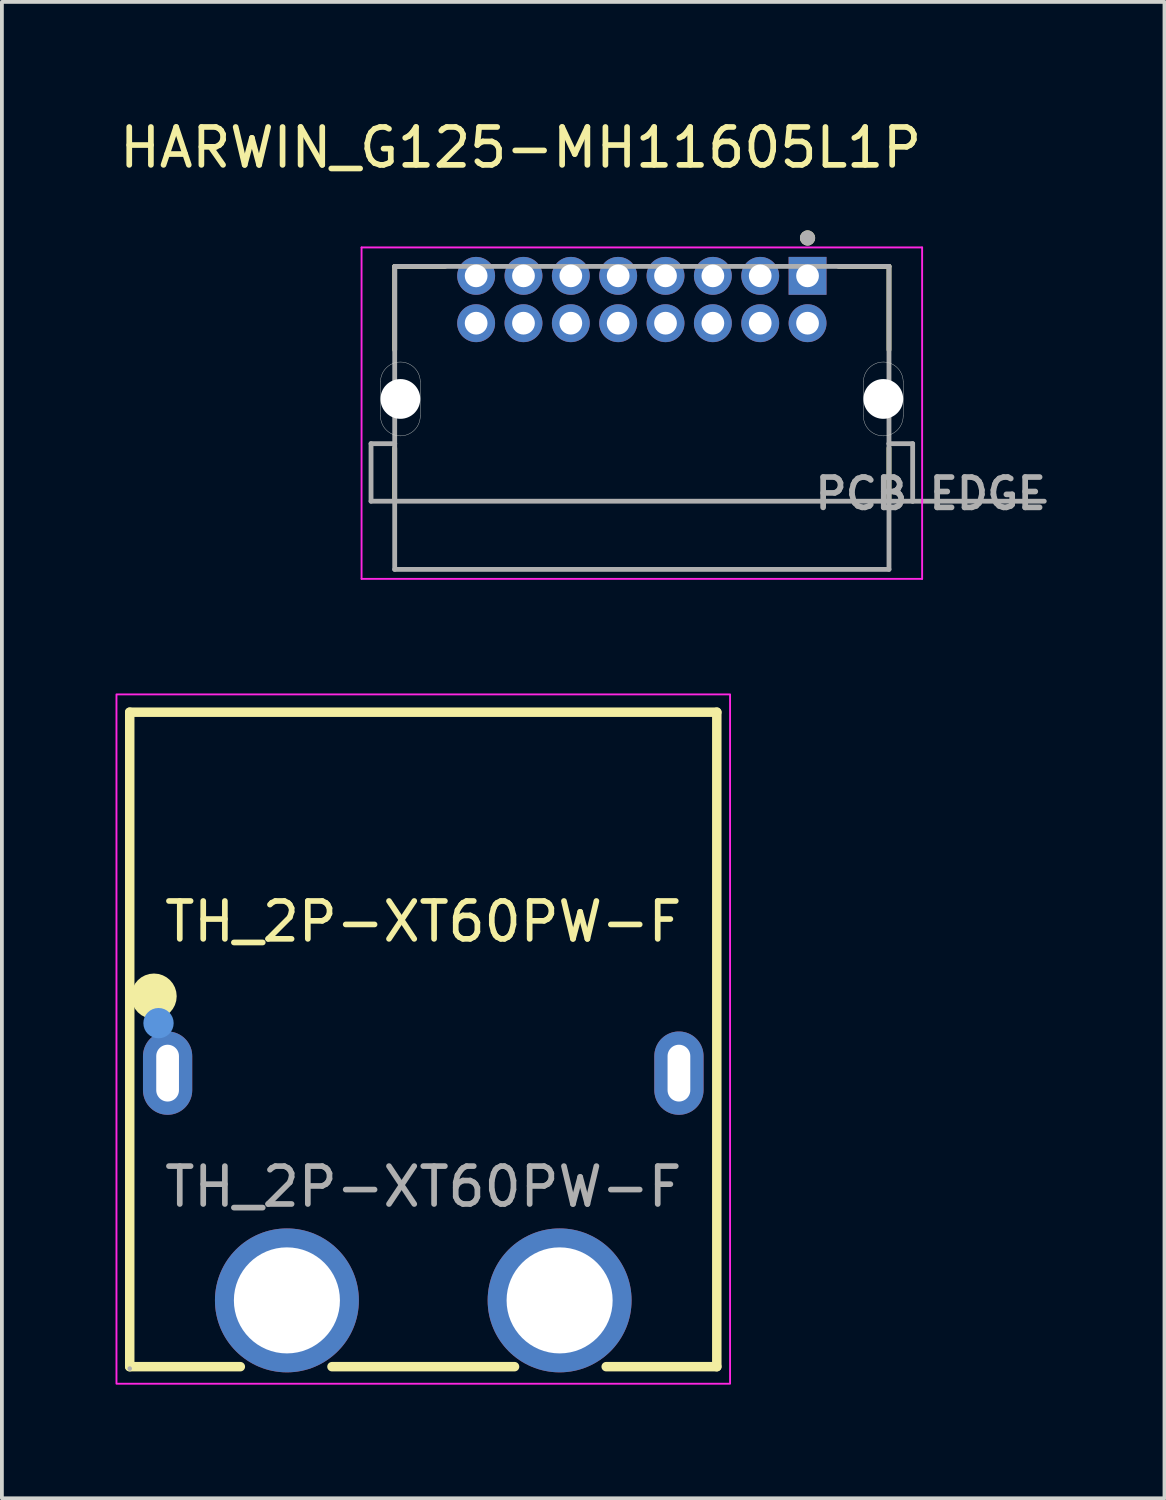
<source format=kicad_pcb>
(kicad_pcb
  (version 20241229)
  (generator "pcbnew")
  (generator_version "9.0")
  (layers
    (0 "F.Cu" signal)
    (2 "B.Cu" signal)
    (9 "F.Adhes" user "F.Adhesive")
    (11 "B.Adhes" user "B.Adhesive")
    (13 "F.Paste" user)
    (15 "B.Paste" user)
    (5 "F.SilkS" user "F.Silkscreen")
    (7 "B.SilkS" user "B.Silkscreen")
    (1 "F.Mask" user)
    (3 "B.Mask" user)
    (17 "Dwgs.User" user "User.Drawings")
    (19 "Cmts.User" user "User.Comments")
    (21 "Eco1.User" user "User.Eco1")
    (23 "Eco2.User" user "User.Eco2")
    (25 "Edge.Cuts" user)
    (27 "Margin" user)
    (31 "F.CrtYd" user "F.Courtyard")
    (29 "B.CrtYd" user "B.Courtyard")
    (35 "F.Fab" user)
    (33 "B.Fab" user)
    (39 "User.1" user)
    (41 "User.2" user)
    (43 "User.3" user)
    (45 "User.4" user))
  (footprint "HARWIN_G125-MH11605L1P"
    (layer "F.Cu")
    (at 13.896 7.483)
    (property "Reference" "HARWIN_G125-MH11605L1P" (at -3.2 -6.635 0) (layer "F.SilkS") (effects (font (size 1 1) (thickness 0.15))))
    (attr through_hole)
    (fp_poly (pts (xy -7 -0.45) (xy -7 0.45) (xy -6.999 0.483) (xy -6.997 0.515) (xy -6.992 0.548) (xy -6.986 0.58) (xy -6.979 0.612) (xy -6.969 0.643) (xy -6.958 0.674) (xy -6.946 0.704) (xy -6.932 0.734) (xy -6.916 0.762) (xy -6.899 0.79) (xy -6.881 0.817) (xy -6.861 0.843) (xy -6.839 0.868) (xy -6.817 0.892) (xy -6.793 0.914) (xy -6.768 0.936) (xy -6.742 0.956) (xy -6.715 0.974) (xy -6.688 0.991) (xy -6.659 1.007) (xy -6.629 1.021) (xy -6.599 1.033) (xy -6.568 1.044) (xy -6.537 1.054) (xy -6.505 1.061) (xy -6.473 1.067) (xy -6.44 1.072) (xy -6.408 1.074) (xy -6.375 1.075) (xy -6.342 1.074) (xy -6.31 1.072) (xy -6.277 1.067) (xy -6.245 1.061) (xy -6.213 1.054) (xy -6.182 1.044) (xy -6.151 1.033) (xy -6.121 1.021) (xy -6.091 1.007) (xy -6.063 0.991) (xy -6.035 0.974) (xy -6.008 0.956) (xy -5.982 0.936) (xy -5.957 0.914) (xy -5.933 0.892) (xy -5.911 0.868) (xy -5.889 0.843) (xy -5.869 0.817) (xy -5.851 0.79) (xy -5.834 0.762) (xy -5.818 0.734) (xy -5.804 0.704) (xy -5.792 0.674) (xy -5.781 0.643) (xy -5.771 0.612) (xy -5.764 0.58) (xy -5.758 0.548) (xy -5.753 0.515) (xy -5.751 0.483) (xy -5.75 0.45) (xy -5.75 -0.45) (xy -5.751 -0.483) (xy -5.753 -0.515) (xy -5.758 -0.548) (xy -5.764 -0.58) (xy -5.771 -0.612) (xy -5.781 -0.643) (xy -5.792 -0.674) (xy -5.804 -0.704) (xy -5.818 -0.734) (xy -5.834 -0.762) (xy -5.851 -0.79) (xy -5.869 -0.817) (xy -5.889 -0.843) (xy -5.911 -0.868) (xy -5.933 -0.892) (xy -5.957 -0.914) (xy -5.982 -0.936) (xy -6.008 -0.956) (xy -6.035 -0.974) (xy -6.063 -0.991) (xy -6.091 -1.007) (xy -6.121 -1.021) (xy -6.151 -1.033) (xy -6.182 -1.044) (xy -6.213 -1.054) (xy -6.245 -1.061) (xy -6.277 -1.067) (xy -6.31 -1.072) (xy -6.342 -1.074) (xy -6.375 -1.075) (xy -6.408 -1.074) (xy -6.44 -1.072) (xy -6.473 -1.067) (xy -6.505 -1.061) (xy -6.537 -1.054) (xy -6.568 -1.044) (xy -6.599 -1.033) (xy -6.629 -1.021) (xy -6.659 -1.007) (xy -6.688 -0.991) (xy -6.715 -0.974) (xy -6.742 -0.956) (xy -6.768 -0.936) (xy -6.793 -0.914) (xy -6.817 -0.892) (xy -6.839 -0.868) (xy -6.861 -0.843) (xy -6.881 -0.817) (xy -6.899 -0.79) (xy -6.916 -0.762) (xy -6.932 -0.734) (xy -6.946 -0.704) (xy -6.958 -0.674) (xy -6.969 -0.643) (xy -6.979 -0.612) (xy -6.986 -0.58) (xy -6.992 -0.548) (xy -6.997 -0.515) (xy -6.999 -0.483) (xy -7 -0.45)) (stroke (width 0.01) (type solid)) (fill yes) (layer "F.Mask"))
    (fp_poly (pts (xy 7 0.45) (xy 7 -0.45) (xy 6.999 -0.483) (xy 6.997 -0.515) (xy 6.992 -0.548) (xy 6.986 -0.58) (xy 6.979 -0.612) (xy 6.969 -0.643) (xy 6.958 -0.674) (xy 6.946 -0.704) (xy 6.932 -0.734) (xy 6.916 -0.762) (xy 6.899 -0.79) (xy 6.881 -0.817) (xy 6.861 -0.843) (xy 6.839 -0.868) (xy 6.817 -0.892) (xy 6.793 -0.914) (xy 6.768 -0.936) (xy 6.742 -0.956) (xy 6.715 -0.974) (xy 6.688 -0.991) (xy 6.659 -1.007) (xy 6.629 -1.021) (xy 6.599 -1.033) (xy 6.568 -1.044) (xy 6.537 -1.054) (xy 6.505 -1.061) (xy 6.473 -1.067) (xy 6.44 -1.072) (xy 6.408 -1.074) (xy 6.375 -1.075) (xy 6.342 -1.074) (xy 6.31 -1.072) (xy 6.277 -1.067) (xy 6.245 -1.061) (xy 6.213 -1.054) (xy 6.182 -1.044) (xy 6.151 -1.033) (xy 6.121 -1.021) (xy 6.091 -1.007) (xy 6.063 -0.991) (xy 6.035 -0.974) (xy 6.008 -0.956) (xy 5.982 -0.936) (xy 5.957 -0.914) (xy 5.933 -0.892) (xy 5.911 -0.868) (xy 5.889 -0.843) (xy 5.869 -0.817) (xy 5.851 -0.79) (xy 5.834 -0.762) (xy 5.818 -0.734) (xy 5.804 -0.704) (xy 5.792 -0.674) (xy 5.781 -0.643) (xy 5.771 -0.612) (xy 5.764 -0.58) (xy 5.758 -0.548) (xy 5.753 -0.515) (xy 5.751 -0.483) (xy 5.75 -0.45) (xy 5.75 0.45) (xy 5.751 0.483) (xy 5.753 0.515) (xy 5.758 0.548) (xy 5.764 0.58) (xy 5.771 0.612) (xy 5.781 0.643) (xy 5.792 0.674) (xy 5.804 0.704) (xy 5.818 0.734) (xy 5.834 0.762) (xy 5.851 0.79) (xy 5.869 0.817) (xy 5.889 0.843) (xy 5.911 0.868) (xy 5.933 0.892) (xy 5.957 0.914) (xy 5.982 0.936) (xy 6.008 0.956) (xy 6.035 0.974) (xy 6.063 0.991) (xy 6.091 1.007) (xy 6.121 1.021) (xy 6.151 1.033) (xy 6.182 1.044) (xy 6.213 1.054) (xy 6.245 1.061) (xy 6.277 1.067) (xy 6.31 1.072) (xy 6.342 1.074) (xy 6.375 1.075) (xy 6.408 1.074) (xy 6.44 1.072) (xy 6.473 1.067) (xy 6.505 1.061) (xy 6.537 1.054) (xy 6.568 1.044) (xy 6.599 1.033) (xy 6.629 1.021) (xy 6.659 1.007) (xy 6.688 0.991) (xy 6.715 0.974) (xy 6.742 0.956) (xy 6.768 0.936) (xy 6.793 0.914) (xy 6.817 0.892) (xy 6.839 0.868) (xy 6.861 0.843) (xy 6.881 0.817) (xy 6.899 0.79) (xy 6.916 0.762) (xy 6.932 0.734) (xy 6.946 0.704) (xy 6.958 0.674) (xy 6.969 0.643) (xy 6.979 0.612) (xy 6.986 0.58) (xy 6.992 0.548) (xy 6.997 0.515) (xy 6.999 0.483) (xy 7 0.45)) (stroke (width 0.01) (type solid)) (fill yes) (layer "F.Mask"))
    (fp_poly (pts (xy -7 -0.45) (xy -7 0.45) (xy -6.999 0.483) (xy -6.997 0.515) (xy -6.992 0.548) (xy -6.986 0.58) (xy -6.979 0.612) (xy -6.969 0.643) (xy -6.958 0.674) (xy -6.946 0.704) (xy -6.932 0.734) (xy -6.916 0.762) (xy -6.899 0.79) (xy -6.881 0.817) (xy -6.861 0.843) (xy -6.839 0.868) (xy -6.817 0.892) (xy -6.793 0.914) (xy -6.768 0.936) (xy -6.742 0.956) (xy -6.715 0.974) (xy -6.688 0.991) (xy -6.659 1.007) (xy -6.629 1.021) (xy -6.599 1.033) (xy -6.568 1.044) (xy -6.537 1.054) (xy -6.505 1.061) (xy -6.473 1.067) (xy -6.44 1.072) (xy -6.408 1.074) (xy -6.375 1.075) (xy -6.342 1.074) (xy -6.31 1.072) (xy -6.277 1.067) (xy -6.245 1.061) (xy -6.213 1.054) (xy -6.182 1.044) (xy -6.151 1.033) (xy -6.121 1.021) (xy -6.091 1.007) (xy -6.063 0.991) (xy -6.035 0.974) (xy -6.008 0.956) (xy -5.982 0.936) (xy -5.957 0.914) (xy -5.933 0.892) (xy -5.911 0.868) (xy -5.889 0.843) (xy -5.869 0.817) (xy -5.851 0.79) (xy -5.834 0.762) (xy -5.818 0.734) (xy -5.804 0.704) (xy -5.792 0.674) (xy -5.781 0.643) (xy -5.771 0.612) (xy -5.764 0.58) (xy -5.758 0.548) (xy -5.753 0.515) (xy -5.751 0.483) (xy -5.75 0.45) (xy -5.75 -0.45) (xy -5.751 -0.483) (xy -5.753 -0.515) (xy -5.758 -0.548) (xy -5.764 -0.58) (xy -5.771 -0.612) (xy -5.781 -0.643) (xy -5.792 -0.674) (xy -5.804 -0.704) (xy -5.818 -0.734) (xy -5.834 -0.762) (xy -5.851 -0.79) (xy -5.869 -0.817) (xy -5.889 -0.843) (xy -5.911 -0.868) (xy -5.933 -0.892) (xy -5.957 -0.914) (xy -5.982 -0.936) (xy -6.008 -0.956) (xy -6.035 -0.974) (xy -6.063 -0.991) (xy -6.091 -1.007) (xy -6.121 -1.021) (xy -6.151 -1.033) (xy -6.182 -1.044) (xy -6.213 -1.054) (xy -6.245 -1.061) (xy -6.277 -1.067) (xy -6.31 -1.072) (xy -6.342 -1.074) (xy -6.375 -1.075) (xy -6.408 -1.074) (xy -6.44 -1.072) (xy -6.473 -1.067) (xy -6.505 -1.061) (xy -6.537 -1.054) (xy -6.568 -1.044) (xy -6.599 -1.033) (xy -6.629 -1.021) (xy -6.659 -1.007) (xy -6.688 -0.991) (xy -6.715 -0.974) (xy -6.742 -0.956) (xy -6.768 -0.936) (xy -6.793 -0.914) (xy -6.817 -0.892) (xy -6.839 -0.868) (xy -6.861 -0.843) (xy -6.881 -0.817) (xy -6.899 -0.79) (xy -6.916 -0.762) (xy -6.932 -0.734) (xy -6.946 -0.704) (xy -6.958 -0.674) (xy -6.969 -0.643) (xy -6.979 -0.612) (xy -6.986 -0.58) (xy -6.992 -0.548) (xy -6.997 -0.515) (xy -6.999 -0.483) (xy -7 -0.45)) (stroke (width 0.01) (type solid)) (fill yes) (layer "B.Mask"))
    (fp_poly (pts (xy 7 0.45) (xy 7 -0.45) (xy 6.999 -0.483) (xy 6.997 -0.515) (xy 6.992 -0.548) (xy 6.986 -0.58) (xy 6.979 -0.612) (xy 6.969 -0.643) (xy 6.958 -0.674) (xy 6.946 -0.704) (xy 6.932 -0.734) (xy 6.916 -0.762) (xy 6.899 -0.79) (xy 6.881 -0.817) (xy 6.861 -0.843) (xy 6.839 -0.868) (xy 6.817 -0.892) (xy 6.793 -0.914) (xy 6.768 -0.936) (xy 6.742 -0.956) (xy 6.715 -0.974) (xy 6.688 -0.991) (xy 6.659 -1.007) (xy 6.629 -1.021) (xy 6.599 -1.033) (xy 6.568 -1.044) (xy 6.537 -1.054) (xy 6.505 -1.061) (xy 6.473 -1.067) (xy 6.44 -1.072) (xy 6.408 -1.074) (xy 6.375 -1.075) (xy 6.342 -1.074) (xy 6.31 -1.072) (xy 6.277 -1.067) (xy 6.245 -1.061) (xy 6.213 -1.054) (xy 6.182 -1.044) (xy 6.151 -1.033) (xy 6.121 -1.021) (xy 6.091 -1.007) (xy 6.063 -0.991) (xy 6.035 -0.974) (xy 6.008 -0.956) (xy 5.982 -0.936) (xy 5.957 -0.914) (xy 5.933 -0.892) (xy 5.911 -0.868) (xy 5.889 -0.843) (xy 5.869 -0.817) (xy 5.851 -0.79) (xy 5.834 -0.762) (xy 5.818 -0.734) (xy 5.804 -0.704) (xy 5.792 -0.674) (xy 5.781 -0.643) (xy 5.771 -0.612) (xy 5.764 -0.58) (xy 5.758 -0.548) (xy 5.753 -0.515) (xy 5.751 -0.483) (xy 5.75 -0.45) (xy 5.75 0.45) (xy 5.751 0.483) (xy 5.753 0.515) (xy 5.758 0.548) (xy 5.764 0.58) (xy 5.771 0.612) (xy 5.781 0.643) (xy 5.792 0.674) (xy 5.804 0.704) (xy 5.818 0.734) (xy 5.834 0.762) (xy 5.851 0.79) (xy 5.869 0.817) (xy 5.889 0.843) (xy 5.911 0.868) (xy 5.933 0.892) (xy 5.957 0.914) (xy 5.982 0.936) (xy 6.008 0.956) (xy 6.035 0.974) (xy 6.063 0.991) (xy 6.091 1.007) (xy 6.121 1.021) (xy 6.151 1.033) (xy 6.182 1.044) (xy 6.213 1.054) (xy 6.245 1.061) (xy 6.277 1.067) (xy 6.31 1.072) (xy 6.342 1.074) (xy 6.375 1.075) (xy 6.408 1.074) (xy 6.44 1.072) (xy 6.473 1.067) (xy 6.505 1.061) (xy 6.537 1.054) (xy 6.568 1.044) (xy 6.599 1.033) (xy 6.629 1.021) (xy 6.659 1.007) (xy 6.688 0.991) (xy 6.715 0.974) (xy 6.742 0.956) (xy 6.768 0.936) (xy 6.793 0.914) (xy 6.817 0.892) (xy 6.839 0.868) (xy 6.861 0.843) (xy 6.881 0.817) (xy 6.899 0.79) (xy 6.916 0.762) (xy 6.932 0.734) (xy 6.946 0.704) (xy 6.958 0.674) (xy 6.969 0.643) (xy 6.979 0.612) (xy 6.986 0.58) (xy 6.992 0.548) (xy 6.997 0.515) (xy 6.999 0.483) (xy 7 0.45)) (stroke (width 0.01) (type solid)) (fill yes) (layer "B.Mask"))
    (fp_line (start -6.525 -3.5) (end -6.525 -1.295) (stroke (width 0.127) (type solid)) (layer "F.SilkS"))
    (fp_line (start -6.525 -3.5) (end -5.195 -3.5) (stroke (width 0.127) (type solid)) (layer "F.SilkS"))
    (fp_line (start -6.525 1.295) (end -6.525 2.7) (stroke (width 0.127) (type solid)) (layer "F.SilkS"))
    (fp_line (start 6.525 -3.5) (end 5.195 -3.5) (stroke (width 0.127) (type solid)) (layer "F.SilkS"))
    (fp_line (start 6.525 -3.5) (end 6.525 -1.295) (stroke (width 0.127) (type solid)) (layer "F.SilkS"))
    (fp_line (start 6.525 1.295) (end 6.525 2.7) (stroke (width 0.127) (type solid)) (layer "F.SilkS"))
    (fp_circle (center 4.375 -4.25) (end 4.475 -4.25) (stroke (width 0.2) (type solid)) (fill no) (layer "F.SilkS"))
    (fp_line (start -6.9 -0.45) (end -6.9 0.45) (stroke (width 0.01) (type solid)) (layer "Edge.Cuts"))
    (fp_line (start -5.85 0.45) (end -5.85 -0.45) (stroke (width 0.01) (type solid)) (layer "Edge.Cuts"))
    (fp_line (start 5.85 -0.45) (end 5.85 0.45) (stroke (width 0.01) (type solid)) (layer "Edge.Cuts"))
    (fp_line (start 6.9 0.45) (end 6.9 -0.45) (stroke (width 0.01) (type solid)) (layer "Edge.Cuts"))
    (fp_arc (start -6.9 -0.45) (mid -6.746231 -0.821231) (end -6.375 -0.975) (stroke (width 0.01) (type solid)) (layer "Edge.Cuts"))
    (fp_arc (start -6.375 -0.975) (mid -6.003769 -0.821231) (end -5.85 -0.45) (stroke (width 0.01) (type solid)) (layer "Edge.Cuts"))
    (fp_arc (start -6.375 0.975) (mid -6.746231 0.821231) (end -6.9 0.45) (stroke (width 0.01) (type solid)) (layer "Edge.Cuts"))
    (fp_arc (start -5.85 0.45) (mid -6.003769 0.821231) (end -6.375 0.975) (stroke (width 0.01) (type solid)) (layer "Edge.Cuts"))
    (fp_arc (start 5.85 -0.45) (mid 6.003769 -0.821231) (end 6.375 -0.975) (stroke (width 0.01) (type solid)) (layer "Edge.Cuts"))
    (fp_arc (start 6.375 -0.975) (mid 6.746231 -0.821231) (end 6.9 -0.45) (stroke (width 0.01) (type solid)) (layer "Edge.Cuts"))
    (fp_arc (start 6.375 0.975) (mid 6.003769 0.821231) (end 5.85 0.45) (stroke (width 0.01) (type solid)) (layer "Edge.Cuts"))
    (fp_arc (start 6.9 0.45) (mid 6.746231 0.821231) (end 6.375 0.975) (stroke (width 0.01) (type solid)) (layer "Edge.Cuts"))
    (fp_line (start -7.4 -4) (end 7.4 -4) (stroke (width 0.05) (type solid)) (layer "F.CrtYd"))
    (fp_line (start -7.4 4.75) (end -7.4 -4) (stroke (width 0.05) (type solid)) (layer "F.CrtYd"))
    (fp_line (start 7.4 -4) (end 7.4 4.75) (stroke (width 0.05) (type solid)) (layer "F.CrtYd"))
    (fp_line (start 7.4 4.75) (end -7.4 4.75) (stroke (width 0.05) (type solid)) (layer "F.CrtYd"))
    (fp_line (start -7.15 1.18) (end -7.15 2.7) (stroke (width 0.127) (type solid)) (layer "F.Fab"))
    (fp_line (start -7.15 1.18) (end -6.525 1.18) (stroke (width 0.127) (type solid)) (layer "F.Fab"))
    (fp_line (start -7.15 2.7) (end -6.525 2.7) (stroke (width 0.127) (type solid)) (layer "F.Fab"))
    (fp_line (start -6.525 -3.5) (end -6.525 1.18) (stroke (width 0.127) (type solid)) (layer "F.Fab"))
    (fp_line (start -6.525 -3.5) (end 6.525 -3.5) (stroke (width 0.127) (type solid)) (layer "F.Fab"))
    (fp_line (start -6.525 1.18) (end -6.525 2.7) (stroke (width 0.127) (type solid)) (layer "F.Fab"))
    (fp_line (start -6.525 2.7) (end -6.525 4.5) (stroke (width 0.127) (type solid)) (layer "F.Fab"))
    (fp_line (start -6.525 2.7) (end 6.525 2.7) (stroke (width 0.127) (type solid)) (layer "F.Fab"))
    (fp_line (start -6.525 4.5) (end 6.525 4.5) (stroke (width 0.127) (type solid)) (layer "F.Fab"))
    (fp_line (start 6.525 -3.5) (end 6.525 1.18) (stroke (width 0.127) (type solid)) (layer "F.Fab"))
    (fp_line (start 6.525 1.18) (end 6.525 2.7) (stroke (width 0.127) (type solid)) (layer "F.Fab"))
    (fp_line (start 6.525 1.18) (end 7.15 1.18) (stroke (width 0.127) (type solid)) (layer "F.Fab"))
    (fp_line (start 6.525 2.7) (end 6.525 4.5) (stroke (width 0.127) (type solid)) (layer "F.Fab"))
    (fp_line (start 6.525 2.7) (end 7.15 2.7) (stroke (width 0.127) (type solid)) (layer "F.Fab"))
    (fp_line (start 7.15 1.18) (end 7.15 2.7) (stroke (width 0.127) (type solid)) (layer "F.Fab"))
    (fp_line (start 7.15 2.7) (end 10.625 2.7) (stroke (width 0.127) (type solid)) (layer "F.Fab"))
    (fp_circle (center 4.375 -4.25) (end 4.475 -4.25) (stroke (width 0.2) (type solid)) (fill no) (layer "F.Fab"))
    (fp_text user "PCB EDGE" (at 7.625 2.5 0) (layer "F.Fab") (effects (font (size 0.8 0.8) (thickness 0.15))))
    (pad "" np_thru_hole circle (at -6.375 0) (size 1.05 1.05) (drill 1.05) (layers "*.Cu" "*.Mask"))
    (pad "" np_thru_hole circle (at 6.375 0) (size 1.05 1.05) (drill 1.05) (layers "*.Cu" "*.Mask"))
    (pad "1" thru_hole rect (at 4.375 -3.25) (size 1 1) (drill 0.6) (layers "*.Cu" "*.Mask"))
    (pad "2" thru_hole circle (at 3.125 -3.25) (size 1 1) (drill 0.6) (layers "*.Cu" "*.Mask"))
    (pad "3" thru_hole circle (at 1.875 -3.25) (size 1 1) (drill 0.6) (layers "*.Cu" "*.Mask"))
    (pad "4" thru_hole circle (at 0.625 -3.25) (size 1 1) (drill 0.6) (layers "*.Cu" "*.Mask"))
    (pad "5" thru_hole circle (at -0.625 -3.25) (size 1 1) (drill 0.6) (layers "*.Cu" "*.Mask"))
    (pad "6" thru_hole circle (at -1.875 -3.25) (size 1 1) (drill 0.6) (layers "*.Cu" "*.Mask"))
    (pad "7" thru_hole circle (at -3.125 -3.25) (size 1 1) (drill 0.6) (layers "*.Cu" "*.Mask"))
    (pad "8" thru_hole circle (at -4.375 -3.25) (size 1 1) (drill 0.6) (layers "*.Cu" "*.Mask"))
    (pad "9" thru_hole circle (at 4.375 -2) (size 1 1) (drill 0.6) (layers "*.Cu" "*.Mask"))
    (pad "10" thru_hole circle (at 3.125 -2) (size 1 1) (drill 0.6) (layers "*.Cu" "*.Mask"))
    (pad "11" thru_hole circle (at 1.875 -2) (size 1 1) (drill 0.6) (layers "*.Cu" "*.Mask"))
    (pad "12" thru_hole circle (at 0.625 -2) (size 1 1) (drill 0.6) (layers "*.Cu" "*.Mask"))
    (pad "13" thru_hole circle (at -0.625 -2) (size 1 1) (drill 0.6) (layers "*.Cu" "*.Mask"))
    (pad "14" thru_hole circle (at -1.875 -2) (size 1 1) (drill 0.6) (layers "*.Cu" "*.Mask"))
    (pad "15" thru_hole circle (at -3.125 -2) (size 1 1) (drill 0.6) (layers "*.Cu" "*.Mask"))
    (pad "16" thru_hole circle (at -4.375 -2) (size 1 1) (drill 0.6) (layers "*.Cu" "*.Mask")))
  (footprint "TH_2P-XT60PW-F"
    (layer "F.Cu")
    (at 8.125 28.283)
    (property "Reference" "TH_2P-XT60PW-F" (at 0 -7 0) (layer "F.SilkS") (effects (font (size 1 1) (thickness 0.15))))
    (attr smd)
    (fp_line (start -7.75 -12.53) (end -7.75 4.75) (stroke (width 0.25) (type solid)) (layer "F.SilkS"))
    (fp_line (start -7.75 4.75) (end -4.83 4.75) (stroke (width 0.25) (type solid)) (layer "F.SilkS"))
    (fp_line (start -2.41 4.75) (end 2.41 4.75) (stroke (width 0.25) (type solid)) (layer "F.SilkS"))
    (fp_line (start 4.83 4.75) (end 7.75 4.75) (stroke (width 0.25) (type solid)) (layer "F.SilkS"))
    (fp_line (start 7.75 -12.53) (end -7.75 -12.53) (stroke (width 0.25) (type solid)) (layer "F.SilkS"))
    (fp_line (start 7.75 4.75) (end 7.75 -12.53) (stroke (width 0.25) (type solid)) (layer "F.SilkS"))
    (fp_circle (center -7.11 -5.03) (end -6.81 -5.03) (stroke (width 0.6) (type solid)) (fill no) (layer "F.SilkS"))
    (fp_circle (center -6.99 -4.32) (end -6.79 -4.32) (stroke (width 0.4) (type solid)) (fill no) (layer "Cmts.User"))
    (fp_rect (start -8.1 -13) (end 8.1 5.2) (stroke (width 0.05) (type default)) (fill no) (layer "F.CrtYd"))
    (fp_circle (center -7.75 4.8) (end -7.72 4.8) (stroke (width 0.06) (type solid)) (fill no) (layer "F.Fab"))
    (fp_circle (center -3.6 3) (end -2.97 3) (stroke (width 1.25) (type solid)) (fill no) (layer "F.Fab"))
    (fp_circle (center 3.6 3) (end 4.23 3) (stroke (width 1.25) (type solid)) (fill no) (layer "F.Fab"))
    (fp_text user "${REFERENCE}" (at 0 0 0) (layer "F.Fab") (effects (font (size 1 1) (thickness 0.15))))
    (pad "1" thru_hole oval (at -6.75 -3 90) (size 2.2 1.3) (drill oval 1.5 0.6) (layers "*.Cu" "*.Mask"))
    (pad "2" thru_hole oval (at 6.75 -3 90) (size 2.2 1.3) (drill oval 1.5 0.6) (layers "*.Cu" "*.Mask"))
    (pad "3" thru_hole circle (at -3.6 3) (size 3.8 3.8) (drill 2.8) (layers "*.Cu" "*.Mask"))
    (pad "4" thru_hole circle (at 3.6 3) (size 3.8 3.8) (drill 2.8) (layers "*.Cu" "*.Mask")))
  (gr_rect
    (start -3 -3)
    (end 27.695 36.508)
    (stroke (width 0.1) (type default))
    (fill no)
    (layer "Edge.Cuts")))
</source>
